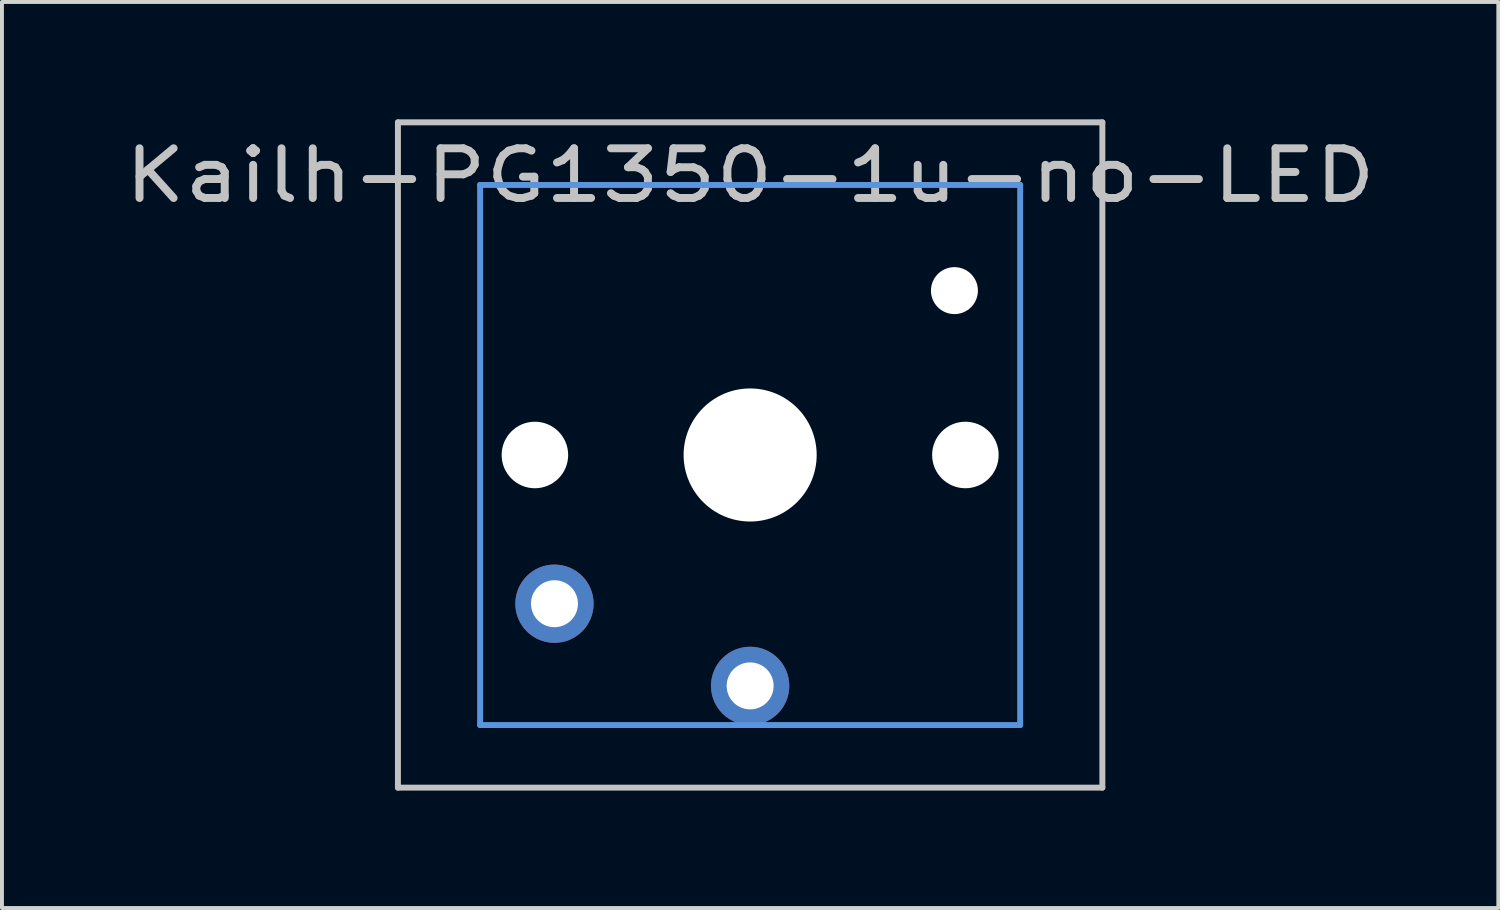
<source format=kicad_pcb>
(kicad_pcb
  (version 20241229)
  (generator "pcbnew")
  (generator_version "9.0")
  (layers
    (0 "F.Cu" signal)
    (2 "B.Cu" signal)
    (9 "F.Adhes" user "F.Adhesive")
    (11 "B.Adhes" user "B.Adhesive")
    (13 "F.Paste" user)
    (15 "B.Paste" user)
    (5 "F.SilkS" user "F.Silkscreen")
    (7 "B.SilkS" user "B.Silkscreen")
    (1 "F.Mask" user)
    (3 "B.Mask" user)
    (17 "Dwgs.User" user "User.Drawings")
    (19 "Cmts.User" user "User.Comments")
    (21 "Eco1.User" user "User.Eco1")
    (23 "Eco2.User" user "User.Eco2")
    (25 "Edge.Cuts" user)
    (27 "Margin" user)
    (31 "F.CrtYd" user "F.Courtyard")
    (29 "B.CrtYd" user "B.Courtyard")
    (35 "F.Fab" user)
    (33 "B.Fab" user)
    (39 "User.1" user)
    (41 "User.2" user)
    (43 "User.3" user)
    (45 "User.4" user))
  (footprint "Kailh-PG1350-1u-no-LED"
    (layer "F.Cu")
    (at 16.118 8.576)
    (property "Reference" "Kailh-PG1350-1u-no-LED" (at 0 -7.144 180) (layer "Dwgs.User") (effects (font (size 1.27 1.524) (thickness 0.203))))
    (attr through_hole)
    (fp_line (start -9 -8.5) (end 9 -8.5) (stroke (width 0.152) (type solid)) (layer "Dwgs.User"))
    (fp_line (start -9 8.5) (end -9 -8.5) (stroke (width 0.152) (type solid)) (layer "Dwgs.User"))
    (fp_line (start 9 -8.5) (end 9 8.5) (stroke (width 0.152) (type solid)) (layer "Dwgs.User"))
    (fp_line (start 9 8.5) (end -9 8.5) (stroke (width 0.152) (type solid)) (layer "Dwgs.User"))
    (fp_line (start -6.9 -6.9) (end 6.9 -6.9) (stroke (width 0.152) (type solid)) (layer "Cmts.User"))
    (fp_line (start -6.9 6.9) (end -6.9 -6.9) (stroke (width 0.152) (type solid)) (layer "Cmts.User"))
    (fp_line (start 6.9 -6.9) (end 6.9 6.9) (stroke (width 0.152) (type solid)) (layer "Cmts.User"))
    (fp_line (start 6.9 6.9) (end -6.9 6.9) (stroke (width 0.152) (type solid)) (layer "Cmts.User"))
    (fp_line (start -7.5 -7.5) (end 7.5 -7.5) (stroke (width 0.152) (type solid)) (layer "Eco2.User"))
    (fp_line (start -7.5 7.5) (end -7.5 -7.5) (stroke (width 0.152) (type solid)) (layer "Eco2.User"))
    (fp_line (start 7.5 -7.5) (end 7.5 7.5) (stroke (width 0.152) (type solid)) (layer "Eco2.User"))
    (fp_line (start 7.5 7.5) (end -7.5 7.5) (stroke (width 0.152) (type solid)) (layer "Eco2.User"))
    (pad "" np_thru_hole circle (at -5.5 0 180) (size 1.7 1.7) (drill 1.7) (layers "*.Cu"))
    (pad "" np_thru_hole circle (at 0 0 180) (size 3.4 3.4) (drill 3.4) (layers "*.Cu"))
    (pad "" np_thru_hole circle (at 5.22 -4.2 180) (size 1.2 1.2) (drill 1.2) (layers "*.Cu"))
    (pad "" np_thru_hole circle (at 5.5 0 180) (size 1.7 1.7) (drill 1.7) (layers "*.Cu"))
    (pad "1" thru_hole circle (at 0 5.9 180) (size 2 2) (drill 1.2) (layers "*.Cu" "*.Mask"))
    (pad "2" thru_hole circle (at -5 3.8 41.9) (size 2 2) (drill 1.2) (layers "*.Cu" "*.Mask")))
  (gr_rect
    (start -3 -3)
    (end 35.236 20.152)
    (stroke (width 0.1) (type default))
    (fill no)
    (layer "Edge.Cuts")))
</source>
